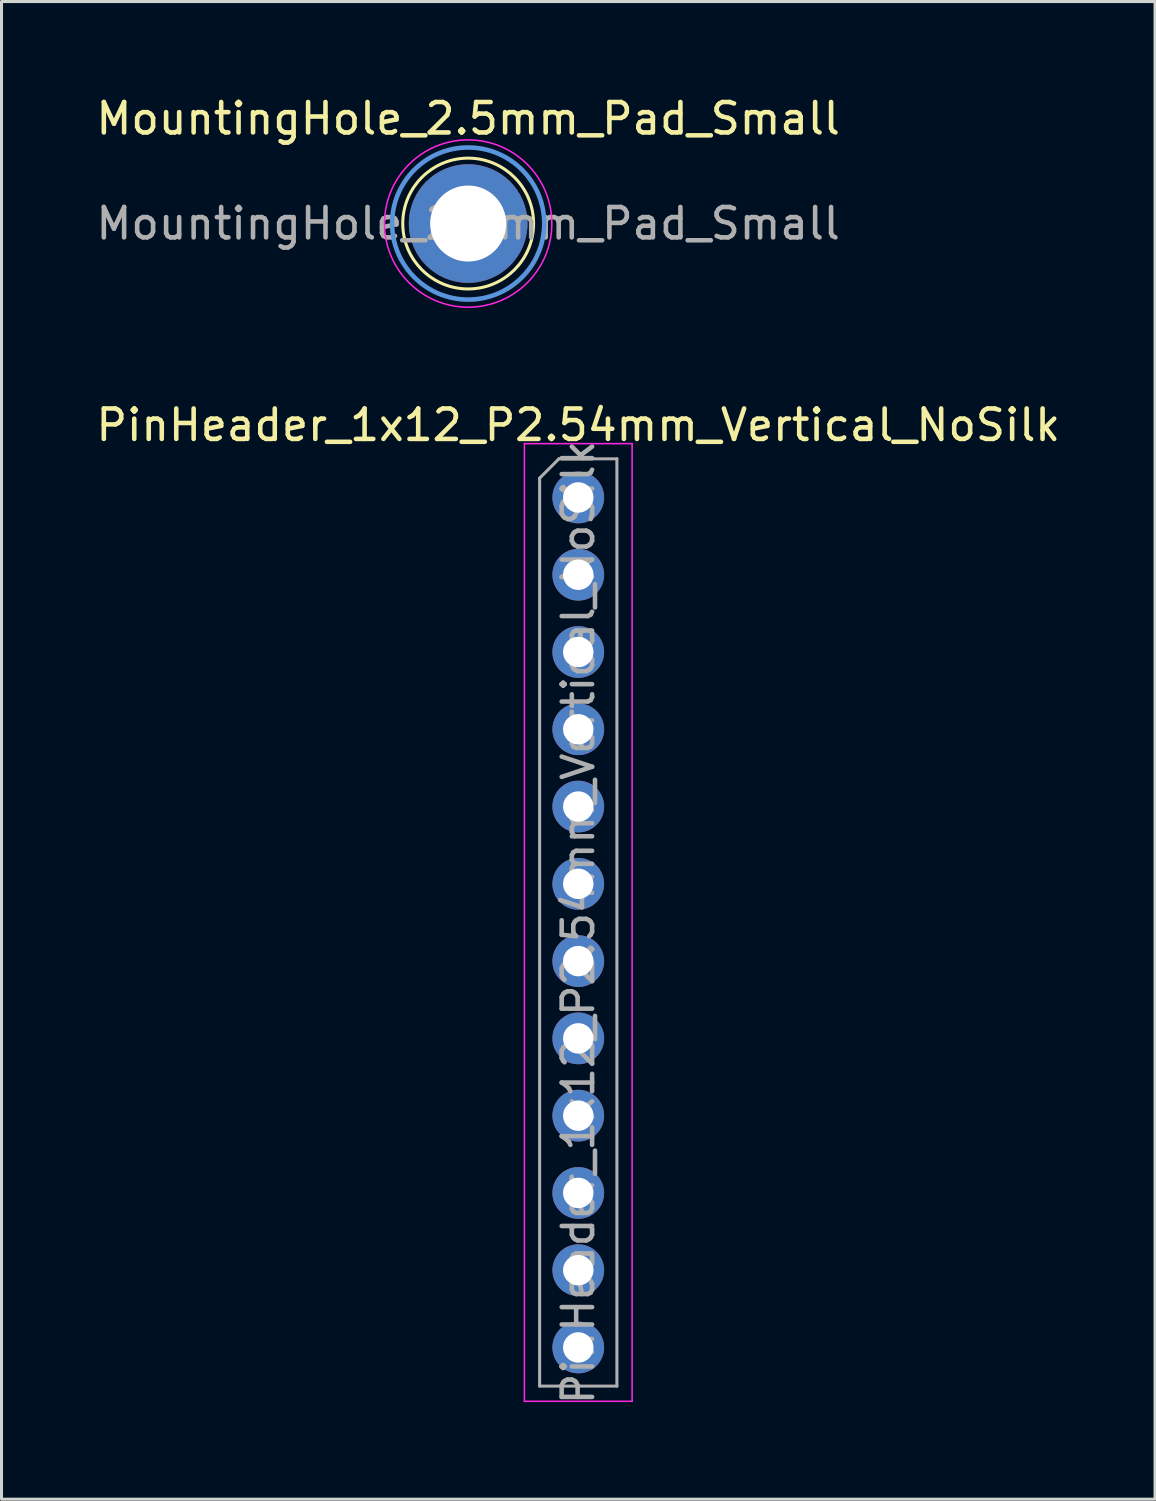
<source format=kicad_pcb>
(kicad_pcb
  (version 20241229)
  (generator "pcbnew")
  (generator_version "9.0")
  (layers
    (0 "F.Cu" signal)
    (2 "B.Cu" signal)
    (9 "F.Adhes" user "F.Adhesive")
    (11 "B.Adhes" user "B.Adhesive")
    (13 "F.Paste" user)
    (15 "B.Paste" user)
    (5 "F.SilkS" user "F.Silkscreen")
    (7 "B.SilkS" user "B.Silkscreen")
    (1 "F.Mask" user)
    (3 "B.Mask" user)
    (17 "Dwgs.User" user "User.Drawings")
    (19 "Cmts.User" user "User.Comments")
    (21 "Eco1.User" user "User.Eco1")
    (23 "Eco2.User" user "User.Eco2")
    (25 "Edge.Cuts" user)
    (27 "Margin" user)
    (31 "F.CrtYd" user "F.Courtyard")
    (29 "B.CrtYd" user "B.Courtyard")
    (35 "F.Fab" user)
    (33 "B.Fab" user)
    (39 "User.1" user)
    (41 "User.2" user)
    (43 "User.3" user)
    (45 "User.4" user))
  (footprint "PinHeader_1x12_P2.54mm_Vertical_NoSilk"
    (layer "F.Cu")
    (at 15.958 13.302)
    (property "Reference" "PinHeader_1x12_P2.54mm_Vertical_NoSilk" (at 0 -2.38 0) (layer "F.SilkS") (effects (font (size 1 1) (thickness 0.15))))
    (attr through_hole)
    (fp_line (start -1.77 -1.77) (end -1.77 29.71) (stroke (width 0.05) (type solid)) (layer "F.CrtYd"))
    (fp_line (start -1.77 29.71) (end 1.77 29.71) (stroke (width 0.05) (type solid)) (layer "F.CrtYd"))
    (fp_line (start 1.77 -1.77) (end -1.77 -1.77) (stroke (width 0.05) (type solid)) (layer "F.CrtYd"))
    (fp_line (start 1.77 29.71) (end 1.77 -1.77) (stroke (width 0.05) (type solid)) (layer "F.CrtYd"))
    (fp_line (start -1.27 -0.635) (end -0.635 -1.27) (stroke (width 0.1) (type solid)) (layer "F.Fab"))
    (fp_line (start -1.27 29.21) (end -1.27 -0.635) (stroke (width 0.1) (type solid)) (layer "F.Fab"))
    (fp_line (start -0.635 -1.27) (end 1.27 -1.27) (stroke (width 0.1) (type solid)) (layer "F.Fab"))
    (fp_line (start 1.27 -1.27) (end 1.27 29.21) (stroke (width 0.1) (type solid)) (layer "F.Fab"))
    (fp_line (start 1.27 29.21) (end -1.27 29.21) (stroke (width 0.1) (type solid)) (layer "F.Fab"))
    (fp_text user "${REFERENCE}" (at 0 13.97 90) (layer "F.Fab") (effects (font (size 1 1) (thickness 0.15))))
    (pad "1" thru_hole circle (at 0 0) (size 1.7 1.7) (drill 1) (layers "*.Cu" "*.Mask"))
    (pad "2" thru_hole circle (at 0 2.54) (size 1.7 1.7) (drill 1) (layers "*.Cu" "*.Mask"))
    (pad "3" thru_hole circle (at 0 5.08) (size 1.7 1.7) (drill 1) (layers "*.Cu" "*.Mask"))
    (pad "4" thru_hole circle (at 0 7.62) (size 1.7 1.7) (drill 1) (layers "*.Cu" "*.Mask"))
    (pad "5" thru_hole circle (at 0 10.16) (size 1.7 1.7) (drill 1) (layers "*.Cu" "*.Mask"))
    (pad "6" thru_hole circle (at 0 12.7) (size 1.7 1.7) (drill 1) (layers "*.Cu" "*.Mask"))
    (pad "7" thru_hole circle (at 0 15.24) (size 1.7 1.7) (drill 1) (layers "*.Cu" "*.Mask"))
    (pad "8" thru_hole circle (at 0 17.78) (size 1.7 1.7) (drill 1) (layers "*.Cu" "*.Mask"))
    (pad "9" thru_hole circle (at 0 20.32) (size 1.7 1.7) (drill 1) (layers "*.Cu" "*.Mask"))
    (pad "10" thru_hole circle (at 0 22.86) (size 1.7 1.7) (drill 1) (layers "*.Cu" "*.Mask"))
    (pad "11" thru_hole circle (at 0 25.4) (size 1.7 1.7) (drill 1) (layers "*.Cu" "*.Mask"))
    (pad "12" thru_hole circle (at 0 27.94) (size 1.7 1.7) (drill 1) (layers "*.Cu" "*.Mask")))
  (footprint "MountingHole_2.5mm_Pad_Small"
    (layer "F.Cu")
    (at 12.339 4.298)
    (property "Reference" "MountingHole_2.5mm_Pad_Small" (at 0 -3.45 0) (layer "F.SilkS") (effects (font (size 1 1) (thickness 0.15))))
    (attr exclude_from_pos_files exclude_from_bom)
    (fp_circle (center 0 0) (end 2.15 0) (stroke (width 0.1) (type solid)) (fill no) (layer "F.SilkS"))
    (fp_circle (center 0 0) (end 2.5 0) (stroke (width 0.15) (type solid)) (fill no) (layer "Cmts.User"))
    (fp_circle (center 0 0) (end 2.75 0) (stroke (width 0.05) (type solid)) (fill no) (layer "F.CrtYd"))
    (fp_text user "${REFERENCE}" (at 0 0 0) (layer "F.Fab") (effects (font (size 1 1) (thickness 0.15))))
    (pad "1" thru_hole circle (at 0 0) (size 3.9 3.9) (drill 2.5) (layers "*.Cu" "*.Mask")))
  (gr_rect
    (start -3 -3)
    (end 34.917 46.23)
    (stroke (width 0.1) (type default))
    (fill no)
    (layer "Edge.Cuts")))
</source>
